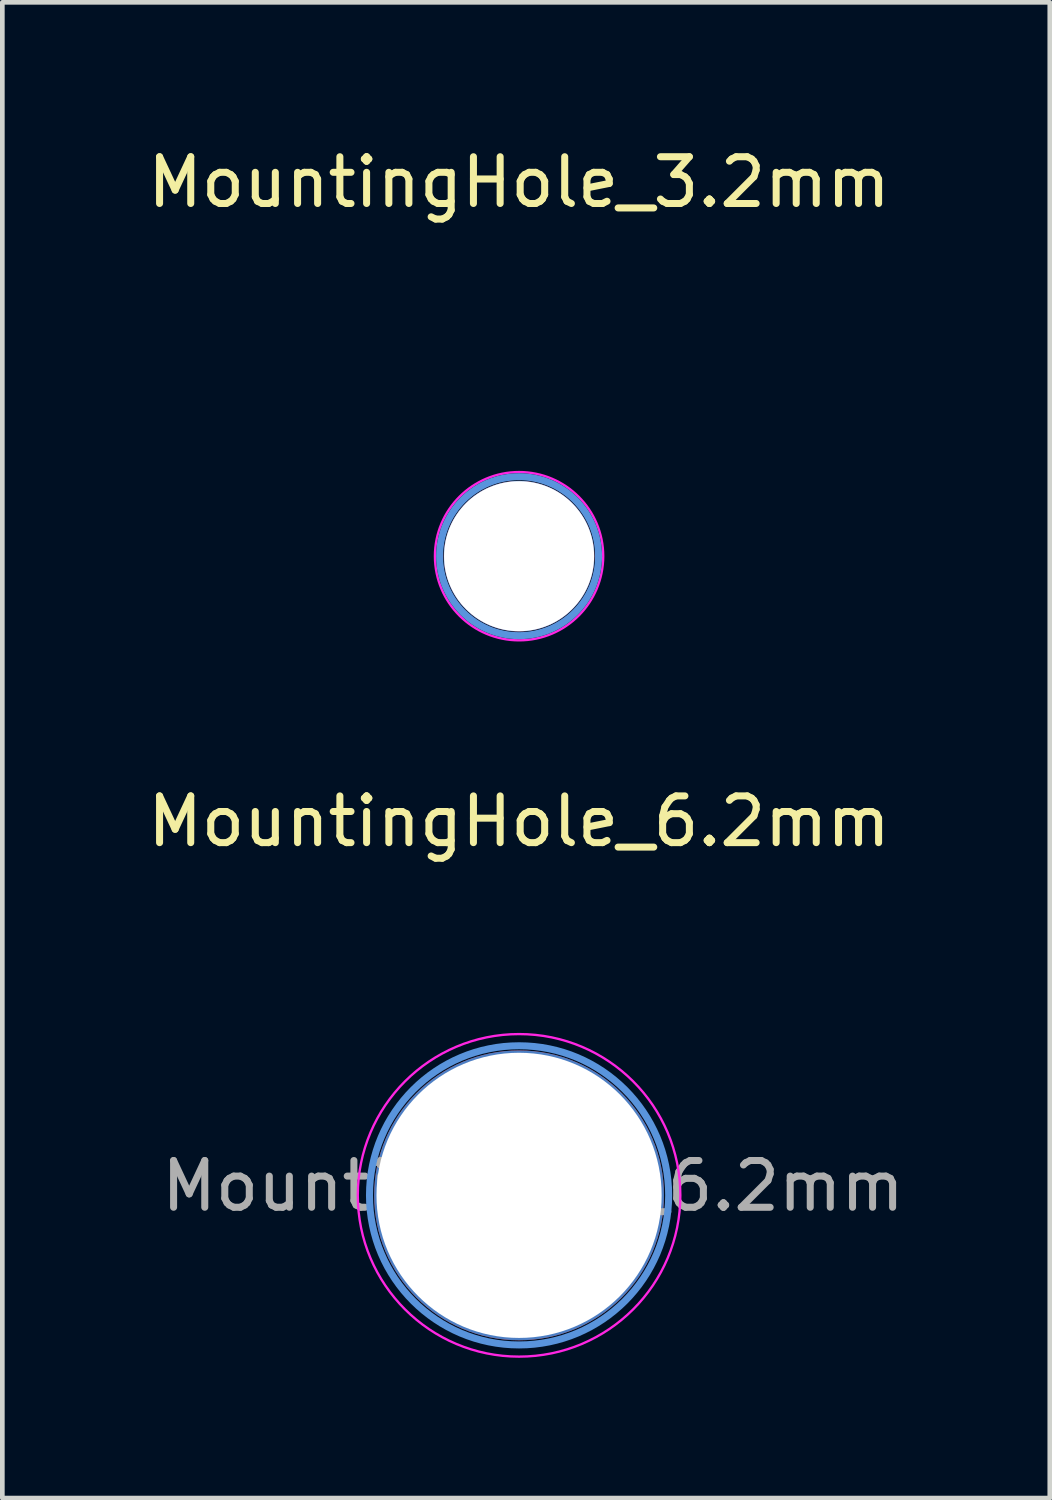
<source format=kicad_pcb>
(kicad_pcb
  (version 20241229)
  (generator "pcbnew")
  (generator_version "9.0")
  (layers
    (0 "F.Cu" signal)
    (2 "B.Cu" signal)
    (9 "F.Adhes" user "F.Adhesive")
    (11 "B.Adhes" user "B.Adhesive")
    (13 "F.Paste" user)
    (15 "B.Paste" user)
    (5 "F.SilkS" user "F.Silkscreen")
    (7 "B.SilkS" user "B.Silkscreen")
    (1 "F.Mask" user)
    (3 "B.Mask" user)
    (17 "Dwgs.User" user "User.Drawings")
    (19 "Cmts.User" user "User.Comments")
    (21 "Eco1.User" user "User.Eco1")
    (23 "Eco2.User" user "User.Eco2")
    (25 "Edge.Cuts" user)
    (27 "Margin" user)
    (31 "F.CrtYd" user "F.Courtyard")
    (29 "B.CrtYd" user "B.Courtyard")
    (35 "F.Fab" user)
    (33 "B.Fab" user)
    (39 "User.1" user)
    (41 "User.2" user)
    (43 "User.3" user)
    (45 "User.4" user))
  (footprint "MountingHole_3.2mm"
    (layer "F.Cu")
    (at 8.054 8.848)
    (property "Reference" "MountingHole_3.2mm" (at 0 -8 0) (layer "F.SilkS") (effects (font (size 1 1) (thickness 0.15))))
    (attr through_hole)
    (fp_circle (center 0 0) (end 1.7 0) (stroke (width 0.15) (type solid)) (fill no) (layer "Cmts.User"))
    (fp_circle (center 0 0) (end 1.8 0) (stroke (width 0.05) (type solid)) (fill no) (layer "F.CrtYd"))
    (pad "" np_thru_hole circle (at 0 0) (size 3.22 3.22) (drill 3.21) (layers "*.Cu" "*.Mask")))
  (footprint "MountingHole_6.2mm"
    (layer "F.Cu")
    (at 8.054 22.521)
    (property "Reference" "MountingHole_6.2mm" (at 0 -8 0) (layer "F.SilkS") (effects (font (size 1 1) (thickness 0.15))))
    (attr through_hole)
    (fp_circle (center 0 0) (end 3.2 0) (stroke (width 0.15) (type solid)) (fill no) (layer "Cmts.User"))
    (fp_circle (center 0 0) (end 3.45 0) (stroke (width 0.05) (type solid)) (fill no) (layer "F.CrtYd"))
    (fp_text user "${REFERENCE}" (at 0.3 -0.2 0) (layer "F.Fab") (effects (font (size 1 1) (thickness 0.15))))
    (pad "" np_thru_hole circle (at 0 0) (size 6.2 6.2) (drill 6.1) (layers "*.Cu" "*.Mask")))
  (gr_rect
    (start -3 -3)
    (end 19.407 28.997)
    (stroke (width 0.1) (type default))
    (fill no)
    (layer "Edge.Cuts")))
</source>
